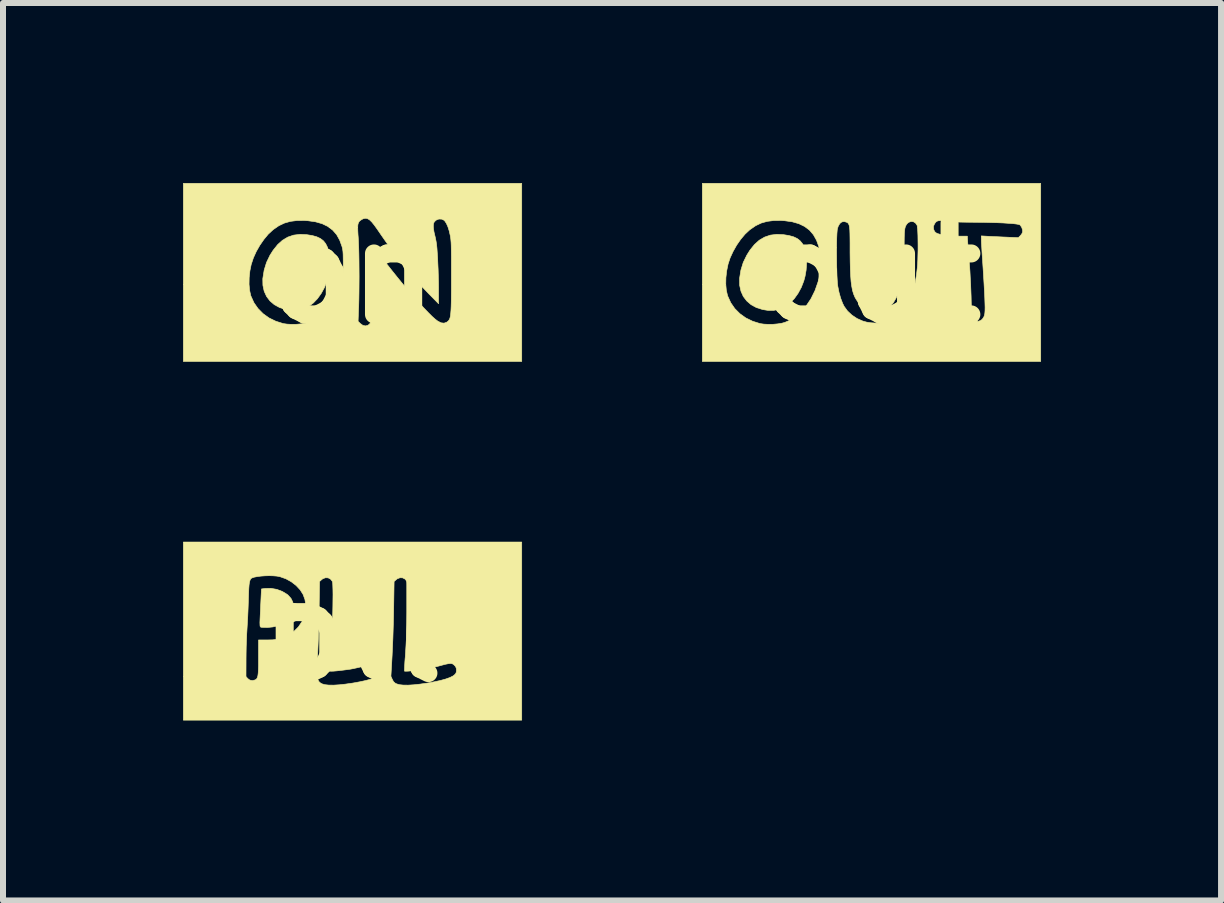
<source format=kicad_pcb>
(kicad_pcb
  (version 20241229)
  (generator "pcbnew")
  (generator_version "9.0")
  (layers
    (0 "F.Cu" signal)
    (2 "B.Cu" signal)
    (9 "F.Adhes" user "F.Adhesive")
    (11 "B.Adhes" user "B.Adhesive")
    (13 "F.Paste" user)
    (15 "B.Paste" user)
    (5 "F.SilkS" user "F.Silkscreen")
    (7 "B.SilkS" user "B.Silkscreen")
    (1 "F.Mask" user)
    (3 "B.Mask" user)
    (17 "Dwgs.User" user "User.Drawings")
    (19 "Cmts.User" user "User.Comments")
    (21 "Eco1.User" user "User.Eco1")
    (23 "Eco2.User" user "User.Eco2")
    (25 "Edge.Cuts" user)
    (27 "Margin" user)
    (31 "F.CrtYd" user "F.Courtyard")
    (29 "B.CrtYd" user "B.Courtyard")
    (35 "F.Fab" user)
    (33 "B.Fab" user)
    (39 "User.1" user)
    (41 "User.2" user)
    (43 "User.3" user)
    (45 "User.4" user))
  (footprint "out"
    (layer "F.Cu")
    (at 11.467 1.5)
    (property "Reference" "out" (at 0 0 0) (layer "F.SilkS") (effects (font (size 1.524 1.524) (thickness 0.3))))
    (attr through_hole)
    (fp_poly (pts (xy -1.463 -0.64) (xy -1.37 -0.625) (xy -1.294 -0.604) (xy -1.234 -0.576) (xy -1.186 -0.539) (xy -1.146 -0.491) (xy -1.145 -0.489) (xy -1.114 -0.425) (xy -1.091 -0.344) (xy -1.079 -0.252) (xy -1.077 -0.152) (xy -1.084 -0.049) (xy -1.102 0.054) (xy -1.123 0.132) (xy -1.165 0.24) (xy -1.219 0.339) (xy -1.282 0.427) (xy -1.352 0.5) (xy -1.427 0.556) (xy -1.456 0.572) (xy -1.543 0.606) (xy -1.629 0.623) (xy -1.721 0.622) (xy -1.808 0.608) (xy -1.911 0.576) (xy -2 0.528) (xy -2.073 0.465) (xy -2.131 0.39) (xy -2.17 0.302) (xy -2.192 0.204) (xy -2.193 0.098) (xy -2.193 0.088) (xy -2.171 -0.049) (xy -2.132 -0.176) (xy -2.073 -0.297) (xy -2.021 -0.38) (xy -1.946 -0.474) (xy -1.865 -0.547) (xy -1.776 -0.599) (xy -1.679 -0.632) (xy -1.573 -0.645) (xy -1.463 -0.64)) (stroke (width 0.01) (type solid)) (fill yes) (layer "F.SilkS"))
    (fp_poly (pts (xy 2.825 1.473) (xy -2.814 1.473) (xy -2.814 0.187) (xy -2.423 0.187) (xy -2.414 0.287) (xy -2.394 0.374) (xy -2.39 0.385) (xy -2.34 0.495) (xy -2.273 0.592) (xy -2.188 0.677) (xy -2.089 0.748) (xy -1.976 0.803) (xy -1.852 0.842) (xy -1.79 0.851) (xy -1.715 0.855) (xy -1.635 0.854) (xy -1.557 0.847) (xy -1.488 0.836) (xy -1.438 0.822) (xy -1.361 0.789) (xy -1.293 0.751) (xy -1.229 0.702) (xy -1.179 0.656) (xy -1.085 0.55) (xy -1.003 0.428) (xy -0.936 0.292) (xy -0.885 0.146) (xy -0.882 0.134) (xy -0.871 0.093) (xy -0.864 0.056) (xy -0.859 0.019) (xy -0.855 -0.024) (xy -0.854 -0.076) (xy -0.853 -0.145) (xy -0.853 -0.17) (xy -0.853 -0.249) (xy -0.854 -0.309) (xy -0.856 -0.327) (xy -0.577 -0.327) (xy -0.576 -0.23) (xy -0.575 -0.135) (xy -0.573 -0.043) (xy -0.57 0.041) (xy -0.566 0.115) (xy -0.562 0.175) (xy -0.557 0.217) (xy -0.536 0.322) (xy -0.508 0.421) (xy -0.475 0.507) (xy -0.45 0.556) (xy -0.394 0.633) (xy -0.321 0.701) (xy -0.235 0.758) (xy -0.14 0.8) (xy -0.075 0.818) (xy -0.011 0.828) (xy 0.064 0.833) (xy 0.141 0.833) (xy 0.211 0.828) (xy 0.269 0.819) (xy 0.269 0.818) (xy 0.349 0.791) (xy 0.42 0.75) (xy 0.488 0.693) (xy 0.51 0.67) (xy 0.578 0.583) (xy 0.637 0.476) (xy 0.686 0.349) (xy 0.725 0.204) (xy 0.754 0.038) (xy 0.769 -0.093) (xy 0.774 -0.153) (xy 0.777 -0.224) (xy 0.779 -0.303) (xy 0.781 -0.386) (xy 0.781 -0.469) (xy 0.78 -0.55) (xy 0.779 -0.625) (xy 0.776 -0.691) (xy 0.773 -0.744) (xy 0.772 -0.752) (xy 1.037 -0.752) (xy 1.043 -0.723) (xy 1.057 -0.692) (xy 1.078 -0.672) (xy 1.103 -0.659) (xy 1.158 -0.642) (xy 1.233 -0.628) (xy 1.325 -0.62) (xy 1.432 -0.616) (xy 1.461 -0.615) (xy 1.602 -0.615) (xy 1.609 -0.503) (xy 1.613 -0.451) (xy 1.618 -0.385) (xy 1.624 -0.311) (xy 1.63 -0.236) (xy 1.633 -0.203) (xy 1.639 -0.12) (xy 1.646 -0.025) (xy 1.651 0.077) (xy 1.657 0.182) (xy 1.661 0.286) (xy 1.665 0.386) (xy 1.667 0.477) (xy 1.669 0.555) (xy 1.669 0.617) (xy 1.668 0.63) (xy 1.665 0.738) (xy 1.701 0.77) (xy 1.744 0.797) (xy 1.787 0.804) (xy 1.826 0.79) (xy 1.851 0.769) (xy 1.866 0.748) (xy 1.879 0.727) (xy 1.888 0.701) (xy 1.894 0.669) (xy 1.897 0.627) (xy 1.898 0.573) (xy 1.896 0.504) (xy 1.893 0.417) (xy 1.891 0.369) (xy 1.886 0.275) (xy 1.88 0.167) (xy 1.873 0.052) (xy 1.866 -0.062) (xy 1.859 -0.167) (xy 1.857 -0.203) (xy 1.851 -0.285) (xy 1.846 -0.363) (xy 1.842 -0.433) (xy 1.838 -0.492) (xy 1.836 -0.536) (xy 1.836 -0.559) (xy 1.835 -0.619) (xy 1.97 -0.611) (xy 2.033 -0.608) (xy 2.108 -0.605) (xy 2.188 -0.601) (xy 2.264 -0.598) (xy 2.278 -0.597) (xy 2.452 -0.59) (xy 2.484 -0.621) (xy 2.507 -0.649) (xy 2.521 -0.677) (xy 2.523 -0.682) (xy 2.522 -0.719) (xy 2.509 -0.76) (xy 2.487 -0.794) (xy 2.479 -0.802) (xy 2.459 -0.81) (xy 2.419 -0.817) (xy 2.361 -0.824) (xy 2.286 -0.829) (xy 2.198 -0.835) (xy 2.098 -0.839) (xy 1.987 -0.842) (xy 1.868 -0.845) (xy 1.743 -0.846) (xy 1.733 -0.846) (xy 1.598 -0.847) (xy 1.483 -0.849) (xy 1.386 -0.854) (xy 1.307 -0.86) (xy 1.275 -0.864) (xy 1.206 -0.871) (xy 1.154 -0.874) (xy 1.117 -0.871) (xy 1.091 -0.861) (xy 1.071 -0.843) (xy 1.055 -0.817) (xy 1.051 -0.81) (xy 1.038 -0.778) (xy 1.037 -0.752) (xy 0.772 -0.752) (xy 0.768 -0.781) (xy 0.765 -0.796) (xy 0.739 -0.833) (xy 0.704 -0.855) (xy 0.664 -0.859) (xy 0.625 -0.845) (xy 0.6 -0.824) (xy 0.585 -0.803) (xy 0.572 -0.779) (xy 0.563 -0.75) (xy 0.557 -0.712) (xy 0.553 -0.662) (xy 0.551 -0.598) (xy 0.55 -0.516) (xy 0.55 -0.478) (xy 0.546 -0.279) (xy 0.535 -0.101) (xy 0.516 0.057) (xy 0.491 0.196) (xy 0.457 0.315) (xy 0.416 0.415) (xy 0.368 0.497) (xy 0.311 0.56) (xy 0.289 0.579) (xy 0.226 0.613) (xy 0.153 0.632) (xy 0.074 0.634) (xy -0.005 0.621) (xy -0.081 0.593) (xy -0.15 0.551) (xy -0.182 0.523) (xy -0.217 0.485) (xy -0.247 0.444) (xy -0.272 0.4) (xy -0.293 0.349) (xy -0.311 0.29) (xy -0.324 0.221) (xy -0.335 0.14) (xy -0.342 0.045) (xy -0.347 -0.065) (xy -0.35 -0.192) (xy -0.352 -0.34) (xy -0.352 -0.388) (xy -0.352 -0.497) (xy -0.353 -0.586) (xy -0.354 -0.658) (xy -0.356 -0.714) (xy -0.36 -0.757) (xy -0.365 -0.789) (xy -0.373 -0.811) (xy -0.382 -0.827) (xy -0.393 -0.838) (xy -0.405 -0.845) (xy -0.449 -0.859) (xy -0.489 -0.852) (xy -0.523 -0.825) (xy -0.549 -0.78) (xy -0.563 -0.738) (xy -0.567 -0.706) (xy -0.571 -0.654) (xy -0.574 -0.587) (xy -0.576 -0.508) (xy -0.577 -0.42) (xy -0.577 -0.327) (xy -0.856 -0.327) (xy -0.857 -0.357) (xy -0.862 -0.395) (xy -0.869 -0.427) (xy -0.872 -0.439) (xy -0.911 -0.547) (xy -0.963 -0.639) (xy -1.028 -0.715) (xy -1.109 -0.776) (xy -1.204 -0.822) (xy -1.315 -0.854) (xy -1.443 -0.872) (xy -1.501 -0.876) (xy -1.625 -0.875) (xy -1.734 -0.861) (xy -1.833 -0.833) (xy -1.925 -0.789) (xy -2.015 -0.727) (xy -2.028 -0.717) (xy -2.102 -0.648) (xy -2.175 -0.561) (xy -2.243 -0.463) (xy -2.302 -0.358) (xy -2.351 -0.252) (xy -2.385 -0.149) (xy -2.385 -0.148) (xy -2.408 -0.036) (xy -2.421 0.078) (xy -2.423 0.187) (xy -2.814 0.187) (xy -2.814 -1.495) (xy 2.825 -1.495) (xy 2.825 1.473)) (stroke (width 0.01) (type solid)) (fill yes) (layer "F.SilkS")))
  (footprint "on"
    (layer "F.Cu")
    (at 2.819 1.5)
    (property "Reference" "on" (at 0 0 0) (layer "F.SilkS") (effects (font (size 1.524 1.524) (thickness 0.3))))
    (attr through_hole)
    (fp_poly (pts (xy -0.76 -0.64) (xy -0.666 -0.625) (xy -0.591 -0.604) (xy -0.531 -0.576) (xy -0.482 -0.539) (xy -0.443 -0.491) (xy -0.442 -0.489) (xy -0.41 -0.425) (xy -0.388 -0.344) (xy -0.376 -0.252) (xy -0.373 -0.152) (xy -0.381 -0.049) (xy -0.399 0.054) (xy -0.42 0.132) (xy -0.462 0.24) (xy -0.516 0.339) (xy -0.579 0.427) (xy -0.649 0.5) (xy -0.724 0.556) (xy -0.753 0.572) (xy -0.839 0.606) (xy -0.926 0.623) (xy -1.018 0.622) (xy -1.105 0.608) (xy -1.207 0.576) (xy -1.296 0.528) (xy -1.37 0.465) (xy -1.427 0.39) (xy -1.467 0.302) (xy -1.488 0.204) (xy -1.49 0.098) (xy -1.489 0.088) (xy -1.467 -0.049) (xy -1.428 -0.176) (xy -1.37 -0.297) (xy -1.317 -0.38) (xy -1.242 -0.474) (xy -1.161 -0.547) (xy -1.073 -0.599) (xy -0.976 -0.632) (xy -0.869 -0.645) (xy -0.76 -0.64)) (stroke (width 0.01) (type solid)) (fill yes) (layer "F.SilkS"))
    (fp_poly (pts (xy 2.825 1.473) (xy -2.814 1.473) (xy -2.814 0.187) (xy -1.719 0.187) (xy -1.71 0.287) (xy -1.691 0.374) (xy -1.687 0.385) (xy -1.637 0.495) (xy -1.569 0.592) (xy -1.485 0.677) (xy -1.386 0.748) (xy -1.273 0.803) (xy -1.149 0.842) (xy -1.086 0.851) (xy -1.012 0.855) (xy -0.932 0.854) (xy -0.854 0.847) (xy -0.784 0.836) (xy -0.735 0.822) (xy -0.657 0.789) (xy -0.59 0.751) (xy -0.526 0.702) (xy -0.476 0.656) (xy -0.381 0.55) (xy -0.299 0.428) (xy -0.233 0.292) (xy -0.182 0.146) (xy -0.179 0.134) (xy -0.168 0.093) (xy -0.16 0.056) (xy -0.155 0.019) (xy -0.152 -0.024) (xy -0.15 -0.076) (xy -0.149 -0.145) (xy -0.149 -0.17) (xy -0.15 -0.249) (xy -0.151 -0.309) (xy -0.154 -0.357) (xy -0.159 -0.395) (xy -0.166 -0.427) (xy -0.169 -0.439) (xy -0.208 -0.547) (xy -0.259 -0.639) (xy -0.325 -0.715) (xy -0.386 -0.761) (xy 0.092 -0.761) (xy 0.093 -0.706) (xy 0.097 -0.633) (xy 0.1 -0.599) (xy 0.104 -0.524) (xy 0.108 -0.43) (xy 0.111 -0.322) (xy 0.113 -0.202) (xy 0.114 -0.075) (xy 0.115 0.057) (xy 0.114 0.19) (xy 0.113 0.319) (xy 0.111 0.442) (xy 0.108 0.555) (xy 0.107 0.575) (xy 0.098 0.804) (xy 0.136 0.842) (xy 0.177 0.871) (xy 0.219 0.881) (xy 0.259 0.872) (xy 0.285 0.853) (xy 0.296 0.84) (xy 0.306 0.825) (xy 0.315 0.808) (xy 0.322 0.787) (xy 0.327 0.759) (xy 0.332 0.723) (xy 0.335 0.677) (xy 0.337 0.62) (xy 0.339 0.548) (xy 0.34 0.462) (xy 0.34 0.358) (xy 0.341 0.235) (xy 0.341 0.147) (xy 0.341 0.037) (xy 0.341 -0.067) (xy 0.342 -0.161) (xy 0.343 -0.245) (xy 0.344 -0.316) (xy 0.346 -0.372) (xy 0.347 -0.411) (xy 0.349 -0.431) (xy 0.35 -0.433) (xy 0.359 -0.426) (xy 0.379 -0.405) (xy 0.407 -0.37) (xy 0.442 -0.326) (xy 0.482 -0.275) (xy 0.484 -0.272) (xy 0.572 -0.155) (xy 0.664 -0.039) (xy 0.757 0.077) (xy 0.85 0.191) (xy 0.942 0.3) (xy 1.031 0.403) (xy 1.116 0.498) (xy 1.196 0.584) (xy 1.268 0.659) (xy 1.331 0.722) (xy 1.385 0.77) (xy 1.427 0.802) (xy 1.427 0.802) (xy 1.481 0.829) (xy 1.53 0.835) (xy 1.575 0.819) (xy 1.594 0.805) (xy 1.606 0.793) (xy 1.616 0.779) (xy 1.625 0.761) (xy 1.632 0.738) (xy 1.638 0.708) (xy 1.642 0.669) (xy 1.646 0.62) (xy 1.649 0.558) (xy 1.651 0.483) (xy 1.652 0.391) (xy 1.653 0.282) (xy 1.653 0.154) (xy 1.653 0.06) (xy 1.653 -0.07) (xy 1.653 -0.18) (xy 1.653 -0.272) (xy 1.652 -0.349) (xy 1.651 -0.413) (xy 1.65 -0.465) (xy 1.648 -0.507) (xy 1.645 -0.543) (xy 1.642 -0.574) (xy 1.638 -0.601) (xy 1.635 -0.62) (xy 1.617 -0.7) (xy 1.595 -0.77) (xy 1.569 -0.828) (xy 1.542 -0.868) (xy 1.53 -0.88) (xy 1.489 -0.899) (xy 1.444 -0.9) (xy 1.401 -0.883) (xy 1.384 -0.869) (xy 1.364 -0.846) (xy 1.355 -0.822) (xy 1.352 -0.787) (xy 1.352 -0.778) (xy 1.355 -0.736) (xy 1.363 -0.685) (xy 1.373 -0.642) (xy 1.385 -0.592) (xy 1.397 -0.532) (xy 1.406 -0.475) (xy 1.406 -0.471) (xy 1.412 -0.416) (xy 1.417 -0.343) (xy 1.423 -0.256) (xy 1.427 -0.159) (xy 1.432 -0.056) (xy 1.435 0.049) (xy 1.438 0.152) (xy 1.439 0.249) (xy 1.439 0.308) (xy 1.439 0.511) (xy 1.277 0.346) (xy 1.156 0.22) (xy 1.042 0.094) (xy 0.931 -0.035) (xy 0.822 -0.171) (xy 0.711 -0.315) (xy 0.597 -0.471) (xy 0.477 -0.643) (xy 0.419 -0.728) (xy 0.368 -0.799) (xy 0.325 -0.852) (xy 0.287 -0.888) (xy 0.252 -0.908) (xy 0.219 -0.913) (xy 0.184 -0.905) (xy 0.157 -0.891) (xy 0.132 -0.874) (xy 0.114 -0.856) (xy 0.102 -0.833) (xy 0.094 -0.803) (xy 0.092 -0.761) (xy -0.386 -0.761) (xy -0.405 -0.776) (xy -0.5 -0.822) (xy -0.612 -0.854) (xy -0.739 -0.872) (xy -0.798 -0.876) (xy -0.921 -0.875) (xy -1.031 -0.861) (xy -1.129 -0.833) (xy -1.222 -0.789) (xy -1.312 -0.727) (xy -1.324 -0.717) (xy -1.399 -0.648) (xy -1.471 -0.561) (xy -1.539 -0.463) (xy -1.599 -0.358) (xy -1.647 -0.252) (xy -1.681 -0.149) (xy -1.682 -0.148) (xy -1.705 -0.036) (xy -1.717 0.078) (xy -1.719 0.187) (xy -2.814 0.187) (xy -2.814 -1.495) (xy 2.825 -1.495) (xy 2.825 1.473)) (stroke (width 0.01) (type solid)) (fill yes) (layer "F.SilkS")))
  (footprint "pll"
    (layer "F.Cu")
    (at 2.819 7.477)
    (property "Reference" "pll" (at 0 0 0) (layer "F.SilkS") (effects (font (size 1.524 1.524) (thickness 0.3))))
    (attr through_hole)
    (fp_poly (pts (xy -1.256 -0.706) (xy -1.164 -0.671) (xy -1.082 -0.621) (xy -1.067 -0.608) (xy -1.019 -0.554) (xy -0.99 -0.494) (xy -0.978 -0.429) (xy -0.984 -0.362) (xy -1.006 -0.297) (xy -1.043 -0.235) (xy -1.094 -0.18) (xy -1.159 -0.134) (xy -1.236 -0.1) (xy -1.239 -0.099) (xy -1.322 -0.08) (xy -1.411 -0.071) (xy -1.492 -0.073) (xy -1.506 -0.074) (xy -1.517 -0.075) (xy -1.526 -0.078) (xy -1.532 -0.085) (xy -1.536 -0.099) (xy -1.537 -0.121) (xy -1.538 -0.155) (xy -1.536 -0.203) (xy -1.533 -0.266) (xy -1.529 -0.347) (xy -1.526 -0.425) (xy -1.512 -0.713) (xy -1.451 -0.721) (xy -1.354 -0.723) (xy -1.256 -0.706)) (stroke (width 0.01) (type solid)) (fill yes) (layer "F.SilkS"))
    (fp_poly (pts (xy 2.825 1.473) (xy -2.814 1.473) (xy -2.814 0.746) (xy -1.77 0.746) (xy -1.741 0.78) (xy -1.706 0.806) (xy -1.662 0.814) (xy -1.618 0.803) (xy -1.614 0.801) (xy -1.599 0.791) (xy -1.587 0.777) (xy -1.578 0.757) (xy -1.574 0.742) (xy -0.597 0.742) (xy -0.574 0.794) (xy -0.554 0.831) (xy -0.529 0.854) (xy -0.503 0.868) (xy -0.457 0.882) (xy -0.392 0.889) (xy -0.31 0.89) (xy -0.215 0.884) (xy -0.113 0.873) (xy 0.013 0.855) (xy 0.128 0.834) (xy 0.229 0.812) (xy 0.316 0.788) (xy 0.386 0.763) (xy 0.429 0.742) (xy 0.645 0.742) (xy 0.668 0.794) (xy 0.688 0.831) (xy 0.713 0.854) (xy 0.739 0.868) (xy 0.785 0.882) (xy 0.85 0.889) (xy 0.932 0.89) (xy 1.027 0.884) (xy 1.129 0.873) (xy 1.255 0.855) (xy 1.37 0.834) (xy 1.471 0.812) (xy 1.558 0.788) (xy 1.628 0.763) (xy 1.678 0.738) (xy 1.698 0.724) (xy 1.723 0.699) (xy 1.734 0.675) (xy 1.737 0.641) (xy 1.737 0.641) (xy 1.733 0.604) (xy 1.719 0.576) (xy 1.704 0.56) (xy 1.684 0.542) (xy 1.663 0.532) (xy 1.636 0.529) (xy 1.599 0.533) (xy 1.549 0.543) (xy 1.486 0.56) (xy 1.423 0.577) (xy 1.352 0.594) (xy 1.285 0.609) (xy 1.258 0.615) (xy 1.209 0.624) (xy 1.152 0.632) (xy 1.091 0.64) (xy 1.031 0.647) (xy 0.975 0.653) (xy 0.927 0.657) (xy 0.892 0.658) (xy 0.874 0.657) (xy 0.872 0.656) (xy 0.871 0.644) (xy 0.872 0.613) (xy 0.874 0.566) (xy 0.877 0.509) (xy 0.882 0.442) (xy 0.884 0.426) (xy 0.89 0.334) (xy 0.896 0.233) (xy 0.902 0.125) (xy 0.907 0.013) (xy 0.912 -0.101) (xy 0.915 -0.215) (xy 0.918 -0.326) (xy 0.92 -0.432) (xy 0.921 -0.53) (xy 0.922 -0.619) (xy 0.921 -0.697) (xy 0.919 -0.76) (xy 0.917 -0.806) (xy 0.913 -0.834) (xy 0.911 -0.839) (xy 0.881 -0.877) (xy 0.841 -0.898) (xy 0.797 -0.9) (xy 0.752 -0.883) (xy 0.734 -0.869) (xy 0.698 -0.837) (xy 0.691 -0.394) (xy 0.689 -0.278) (xy 0.686 -0.153) (xy 0.682 -0.025) (xy 0.678 0.103) (xy 0.673 0.223) (xy 0.668 0.33) (xy 0.665 0.396) (xy 0.645 0.742) (xy 0.429 0.742) (xy 0.436 0.738) (xy 0.456 0.724) (xy 0.481 0.699) (xy 0.492 0.675) (xy 0.495 0.641) (xy 0.495 0.641) (xy 0.491 0.604) (xy 0.477 0.576) (xy 0.462 0.56) (xy 0.442 0.542) (xy 0.421 0.532) (xy 0.394 0.529) (xy 0.357 0.533) (xy 0.307 0.543) (xy 0.244 0.56) (xy 0.181 0.577) (xy 0.11 0.594) (xy 0.043 0.609) (xy 0.016 0.615) (xy -0.033 0.624) (xy -0.09 0.632) (xy -0.151 0.64) (xy -0.211 0.647) (xy -0.267 0.653) (xy -0.315 0.657) (xy -0.35 0.658) (xy -0.368 0.657) (xy -0.37 0.656) (xy -0.371 0.644) (xy -0.37 0.613) (xy -0.368 0.566) (xy -0.365 0.509) (xy -0.36 0.442) (xy -0.358 0.426) (xy -0.352 0.334) (xy -0.345 0.233) (xy -0.34 0.125) (xy -0.335 0.013) (xy -0.33 -0.101) (xy -0.327 -0.215) (xy -0.324 -0.326) (xy -0.322 -0.432) (xy -0.321 -0.53) (xy -0.32 -0.619) (xy -0.321 -0.697) (xy -0.323 -0.76) (xy -0.325 -0.806) (xy -0.329 -0.834) (xy -0.331 -0.839) (xy -0.361 -0.877) (xy -0.401 -0.898) (xy -0.445 -0.9) (xy -0.49 -0.883) (xy -0.508 -0.869) (xy -0.544 -0.837) (xy -0.551 -0.394) (xy -0.553 -0.278) (xy -0.556 -0.153) (xy -0.56 -0.025) (xy -0.564 0.103) (xy -0.569 0.223) (xy -0.574 0.33) (xy -0.577 0.396) (xy -0.597 0.742) (xy -1.574 0.742) (xy -1.571 0.728) (xy -1.566 0.688) (xy -1.563 0.634) (xy -1.561 0.564) (xy -1.561 0.476) (xy -1.561 0.426) (xy -1.561 0.137) (xy -1.415 0.137) (xy -1.323 0.135) (xy -1.246 0.125) (xy -1.177 0.108) (xy -1.11 0.081) (xy -1.055 0.052) (xy -0.969 -0.008) (xy -0.896 -0.081) (xy -0.84 -0.164) (xy -0.8 -0.253) (xy -0.777 -0.348) (xy -0.773 -0.444) (xy -0.788 -0.539) (xy -0.819 -0.623) (xy -0.868 -0.699) (xy -0.934 -0.77) (xy -1.014 -0.832) (xy -1.104 -0.882) (xy -1.2 -0.916) (xy -1.204 -0.917) (xy -1.255 -0.927) (xy -1.316 -0.932) (xy -1.383 -0.934) (xy -1.453 -0.932) (xy -1.521 -0.927) (xy -1.582 -0.919) (xy -1.634 -0.909) (xy -1.671 -0.896) (xy -1.689 -0.884) (xy -1.699 -0.867) (xy -1.707 -0.845) (xy -1.714 -0.815) (xy -1.719 -0.774) (xy -1.723 -0.72) (xy -1.726 -0.651) (xy -1.729 -0.563) (xy -1.73 -0.533) (xy -1.733 -0.44) (xy -1.737 -0.337) (xy -1.742 -0.23) (xy -1.748 -0.128) (xy -1.753 -0.044) (xy -1.758 0.04) (xy -1.762 0.139) (xy -1.766 0.244) (xy -1.768 0.35) (xy -1.769 0.447) (xy -1.769 0.469) (xy -1.77 0.746) (xy -2.814 0.746) (xy -2.814 -1.495) (xy 2.825 -1.495) (xy 2.825 1.473)) (stroke (width 0.01) (type solid)) (fill yes) (layer "F.SilkS")))
  (gr_rect
    (start -3 -3)
    (end 17.297 11.955)
    (stroke (width 0.1) (type default))
    (fill no)
    (layer "Edge.Cuts")))
</source>
